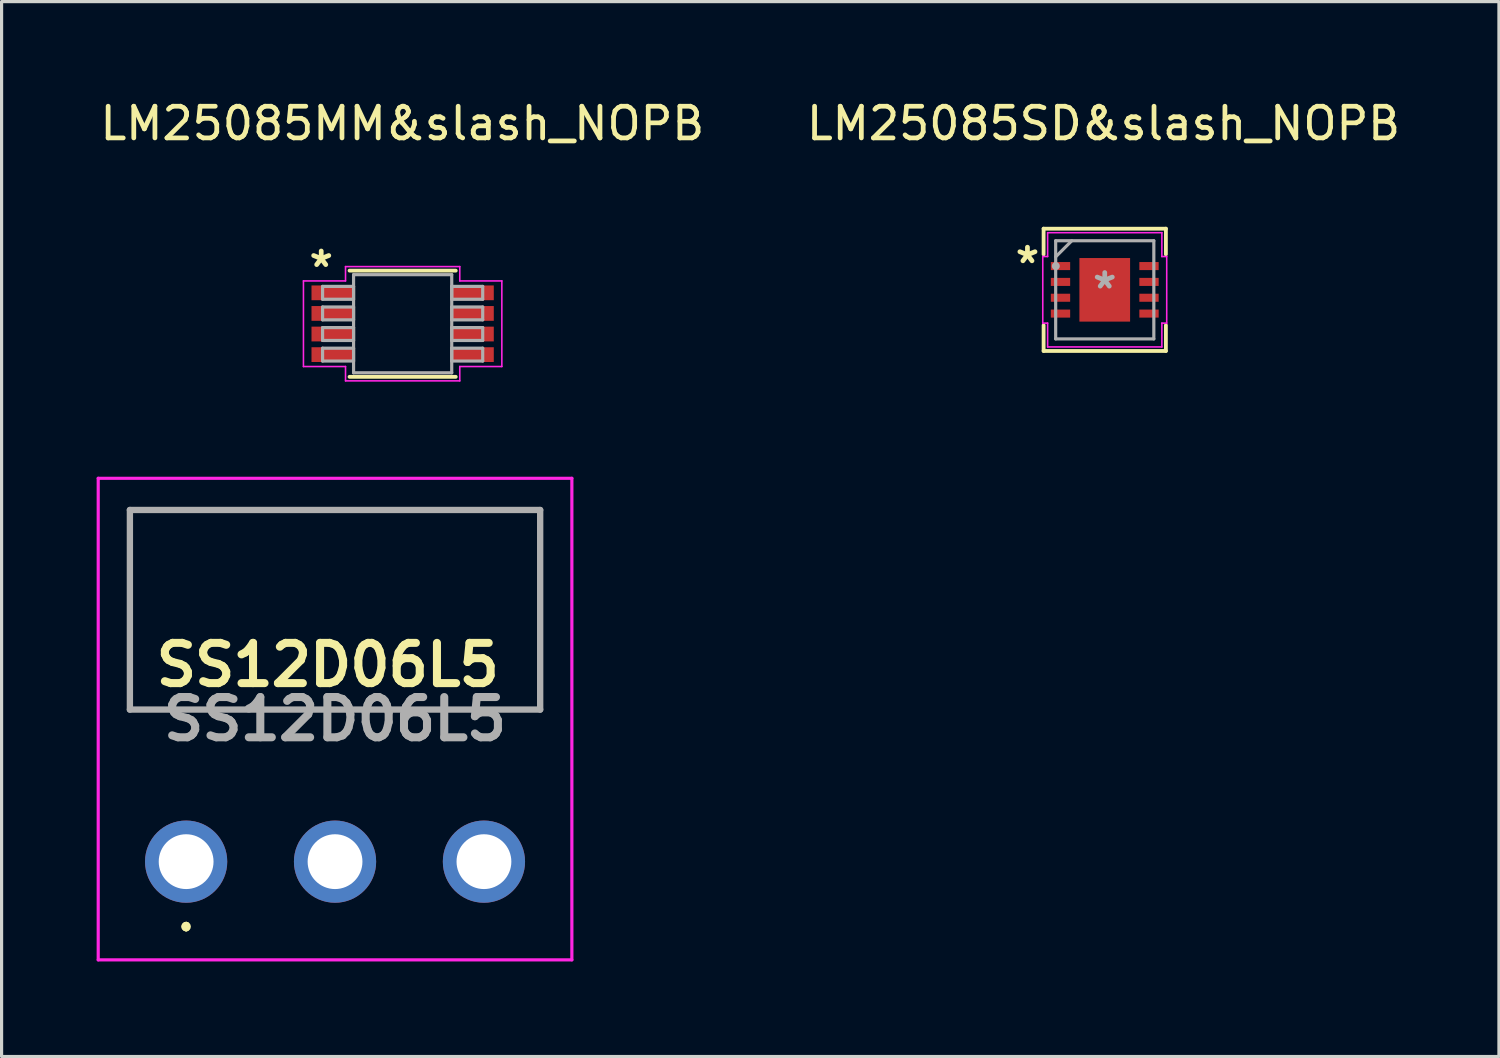
<source format=kicad_pcb>
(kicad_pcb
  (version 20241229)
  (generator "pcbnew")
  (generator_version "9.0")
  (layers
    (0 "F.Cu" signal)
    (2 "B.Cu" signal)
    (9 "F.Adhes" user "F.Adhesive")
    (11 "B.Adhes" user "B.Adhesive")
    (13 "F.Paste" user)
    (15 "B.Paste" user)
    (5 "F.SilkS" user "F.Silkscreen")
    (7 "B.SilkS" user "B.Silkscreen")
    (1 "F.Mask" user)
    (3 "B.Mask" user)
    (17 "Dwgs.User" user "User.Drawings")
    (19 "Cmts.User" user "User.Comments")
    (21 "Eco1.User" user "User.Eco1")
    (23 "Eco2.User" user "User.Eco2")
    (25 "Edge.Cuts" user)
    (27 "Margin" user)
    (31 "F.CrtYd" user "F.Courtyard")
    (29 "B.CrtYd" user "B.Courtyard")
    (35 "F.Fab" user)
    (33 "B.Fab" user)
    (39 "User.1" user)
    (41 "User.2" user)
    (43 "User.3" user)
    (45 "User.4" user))
  (footprint "LM25085MM&slash_NOPB"
    (layer "F.Cu")
    (at 9.659 7.168)
    (property "Reference" "LM25085MM&slash_NOPB" (at -0.01 -6.32 0) (layer "F.SilkS") (effects (font (size 1 1) (thickness 0.15))))
    (attr through_hole)
    (fp_line (start -1.676 1.676) (end 1.676 1.676) (stroke (width 0.12) (type solid)) (layer "F.SilkS"))
    (fp_line (start 1.676 -1.676) (end -1.676 -1.676) (stroke (width 0.12) (type solid)) (layer "F.SilkS"))
    (fp_line (start -3.131 -1.351) (end -1.803 -1.351) (stroke (width 0.05) (type solid)) (layer "F.CrtYd"))
    (fp_line (start -3.131 1.351) (end -3.131 -1.351) (stroke (width 0.05) (type solid)) (layer "F.CrtYd"))
    (fp_line (start -1.803 -1.803) (end 1.803 -1.803) (stroke (width 0.05) (type solid)) (layer "F.CrtYd"))
    (fp_line (start -1.803 -1.351) (end -1.803 -1.803) (stroke (width 0.05) (type solid)) (layer "F.CrtYd"))
    (fp_line (start -1.803 1.351) (end -3.131 1.351) (stroke (width 0.05) (type solid)) (layer "F.CrtYd"))
    (fp_line (start -1.803 1.803) (end -1.803 1.351) (stroke (width 0.05) (type solid)) (layer "F.CrtYd"))
    (fp_line (start 1.803 -1.803) (end 1.803 -1.351) (stroke (width 0.05) (type solid)) (layer "F.CrtYd"))
    (fp_line (start 1.803 -1.351) (end 3.131 -1.351) (stroke (width 0.05) (type solid)) (layer "F.CrtYd"))
    (fp_line (start 1.803 1.351) (end 1.803 1.803) (stroke (width 0.05) (type solid)) (layer "F.CrtYd"))
    (fp_line (start 1.803 1.803) (end -1.803 1.803) (stroke (width 0.05) (type solid)) (layer "F.CrtYd"))
    (fp_line (start 3.131 -1.351) (end 3.131 1.351) (stroke (width 0.05) (type solid)) (layer "F.CrtYd"))
    (fp_line (start 3.131 1.351) (end 1.803 1.351) (stroke (width 0.05) (type solid)) (layer "F.CrtYd"))
    (fp_line (start -2.527 -1.178) (end -2.527 -0.772) (stroke (width 0.1) (type solid)) (layer "F.Fab"))
    (fp_line (start -2.527 -0.772) (end -1.549 -0.772) (stroke (width 0.1) (type solid)) (layer "F.Fab"))
    (fp_line (start -2.527 -0.528) (end -2.527 -0.122) (stroke (width 0.1) (type solid)) (layer "F.Fab"))
    (fp_line (start -2.527 -0.122) (end -1.549 -0.122) (stroke (width 0.1) (type solid)) (layer "F.Fab"))
    (fp_line (start -2.527 0.122) (end -2.527 0.528) (stroke (width 0.1) (type solid)) (layer "F.Fab"))
    (fp_line (start -2.527 0.528) (end -1.549 0.528) (stroke (width 0.1) (type solid)) (layer "F.Fab"))
    (fp_line (start -2.527 0.772) (end -2.527 1.178) (stroke (width 0.1) (type solid)) (layer "F.Fab"))
    (fp_line (start -2.527 1.178) (end -1.549 1.178) (stroke (width 0.1) (type solid)) (layer "F.Fab"))
    (fp_line (start -1.549 -1.549) (end -1.549 1.549) (stroke (width 0.1) (type solid)) (layer "F.Fab"))
    (fp_line (start -1.549 -1.178) (end -2.527 -1.178) (stroke (width 0.1) (type solid)) (layer "F.Fab"))
    (fp_line (start -1.549 -0.772) (end -1.549 -1.178) (stroke (width 0.1) (type solid)) (layer "F.Fab"))
    (fp_line (start -1.549 -0.528) (end -2.527 -0.528) (stroke (width 0.1) (type solid)) (layer "F.Fab"))
    (fp_line (start -1.549 -0.122) (end -1.549 -0.528) (stroke (width 0.1) (type solid)) (layer "F.Fab"))
    (fp_line (start -1.549 0.122) (end -2.527 0.122) (stroke (width 0.1) (type solid)) (layer "F.Fab"))
    (fp_line (start -1.549 0.528) (end -1.549 0.122) (stroke (width 0.1) (type solid)) (layer "F.Fab"))
    (fp_line (start -1.549 0.772) (end -2.527 0.772) (stroke (width 0.1) (type solid)) (layer "F.Fab"))
    (fp_line (start -1.549 1.178) (end -1.549 0.772) (stroke (width 0.1) (type solid)) (layer "F.Fab"))
    (fp_line (start -1.549 1.549) (end 1.549 1.549) (stroke (width 0.1) (type solid)) (layer "F.Fab"))
    (fp_line (start 1.549 -1.549) (end -1.549 -1.549) (stroke (width 0.1) (type solid)) (layer "F.Fab"))
    (fp_line (start 1.549 -1.178) (end 1.549 -0.772) (stroke (width 0.1) (type solid)) (layer "F.Fab"))
    (fp_line (start 1.549 -0.772) (end 2.527 -0.772) (stroke (width 0.1) (type solid)) (layer "F.Fab"))
    (fp_line (start 1.549 -0.528) (end 1.549 -0.122) (stroke (width 0.1) (type solid)) (layer "F.Fab"))
    (fp_line (start 1.549 -0.122) (end 2.527 -0.122) (stroke (width 0.1) (type solid)) (layer "F.Fab"))
    (fp_line (start 1.549 0.122) (end 1.549 0.528) (stroke (width 0.1) (type solid)) (layer "F.Fab"))
    (fp_line (start 1.549 0.528) (end 2.527 0.528) (stroke (width 0.1) (type solid)) (layer "F.Fab"))
    (fp_line (start 1.549 0.772) (end 1.549 1.178) (stroke (width 0.1) (type solid)) (layer "F.Fab"))
    (fp_line (start 1.549 1.178) (end 2.527 1.178) (stroke (width 0.1) (type solid)) (layer "F.Fab"))
    (fp_line (start 1.549 1.549) (end 1.549 -1.549) (stroke (width 0.1) (type solid)) (layer "F.Fab"))
    (fp_line (start 2.527 -1.178) (end 1.549 -1.178) (stroke (width 0.1) (type solid)) (layer "F.Fab"))
    (fp_line (start 2.527 -0.772) (end 2.527 -1.178) (stroke (width 0.1) (type solid)) (layer "F.Fab"))
    (fp_line (start 2.527 -0.528) (end 1.549 -0.528) (stroke (width 0.1) (type solid)) (layer "F.Fab"))
    (fp_line (start 2.527 -0.122) (end 2.527 -0.528) (stroke (width 0.1) (type solid)) (layer "F.Fab"))
    (fp_line (start 2.527 0.122) (end 1.549 0.122) (stroke (width 0.1) (type solid)) (layer "F.Fab"))
    (fp_line (start 2.527 0.528) (end 2.527 0.122) (stroke (width 0.1) (type solid)) (layer "F.Fab"))
    (fp_line (start 2.527 0.772) (end 1.549 0.772) (stroke (width 0.1) (type solid)) (layer "F.Fab"))
    (fp_line (start 2.527 1.178) (end 2.527 0.772) (stroke (width 0.1) (type solid)) (layer "F.Fab"))
    (fp_text user "*" (at -2.57 -1.75 0) (layer "F.SilkS") (effects (font (size 1 1) (thickness 0.15))))
    (pad "1" smd rect (at -2.197 -0.975) (size 1.36 0.466) (layers "F.Cu" "F.Mask" "F.Paste"))
    (pad "2" smd rect (at -2.197 -0.325) (size 1.36 0.466) (layers "F.Cu" "F.Mask" "F.Paste"))
    (pad "3" smd rect (at -2.197 0.325) (size 1.36 0.466) (layers "F.Cu" "F.Mask" "F.Paste"))
    (pad "4" smd rect (at -2.197 0.975) (size 1.36 0.466) (layers "F.Cu" "F.Mask" "F.Paste"))
    (pad "5" smd rect (at 2.197 0.975) (size 1.36 0.466) (layers "F.Cu" "F.Mask" "F.Paste"))
    (pad "6" smd rect (at 2.197 0.325) (size 1.36 0.466) (layers "F.Cu" "F.Mask" "F.Paste"))
    (pad "7" smd rect (at 2.197 -0.325) (size 1.36 0.466) (layers "F.Cu" "F.Mask" "F.Paste"))
    (pad "8" smd rect (at 2.197 -0.975) (size 1.36 0.466) (layers "F.Cu" "F.Mask" "F.Paste")))
  (footprint "SS12D06L5"
    (layer "F.Cu")
    (at 2.825 24.147)
    (property "Reference" "SS12D06L5" (at 4.47 -6.21 0) (layer "F.SilkS") (effects (font (size 1.27 1.27) (thickness 0.254))))
    (attr through_hole)
    (fp_line (start -1.775 -11.1) (end 11.175 -11.1) (stroke (width 0.1) (type solid)) (layer "F.SilkS"))
    (fp_line (start -1.775 -4.8) (end -1.775 -11.1) (stroke (width 0.1) (type solid)) (layer "F.SilkS"))
    (fp_line (start 0 2) (end 0 2) (stroke (width 0.2) (type solid)) (layer "F.SilkS"))
    (fp_line (start 0 2) (end 0 2) (stroke (width 0.2) (type solid)) (layer "F.SilkS"))
    (fp_line (start 0 2.1) (end 0 2.1) (stroke (width 0.2) (type solid)) (layer "F.SilkS"))
    (fp_line (start 11.175 -11.1) (end 11.175 -4.8) (stroke (width 0.1) (type solid)) (layer "F.SilkS"))
    (fp_line (start 11.175 -4.8) (end -1.775 -4.8) (stroke (width 0.1) (type solid)) (layer "F.SilkS"))
    (fp_arc (start 0 2) (mid 0.05 2.05) (end 0 2.1) (stroke (width 0.2) (type solid)) (layer "F.SilkS"))
    (fp_arc (start 0 2.1) (mid -0.05 2.05) (end 0 2) (stroke (width 0.2) (type solid)) (layer "F.SilkS"))
    (fp_arc (start 0 2.1) (mid -0.05 2.05) (end 0 2) (stroke (width 0.2) (type solid)) (layer "F.SilkS"))
    (fp_line (start -2.775 -12.1) (end 12.175 -12.1) (stroke (width 0.1) (type solid)) (layer "F.CrtYd"))
    (fp_line (start -2.775 3.1) (end -2.775 -12.1) (stroke (width 0.1) (type solid)) (layer "F.CrtYd"))
    (fp_line (start 12.175 -12.1) (end 12.175 3.1) (stroke (width 0.1) (type solid)) (layer "F.CrtYd"))
    (fp_line (start 12.175 3.1) (end -2.775 3.1) (stroke (width 0.1) (type solid)) (layer "F.CrtYd"))
    (fp_line (start -1.775 -11.1) (end -1.775 -4.8) (stroke (width 0.2) (type solid)) (layer "F.Fab"))
    (fp_line (start -1.775 -4.8) (end 11.175 -4.8) (stroke (width 0.2) (type solid)) (layer "F.Fab"))
    (fp_line (start 11.175 -11.1) (end -1.775 -11.1) (stroke (width 0.2) (type solid)) (layer "F.Fab"))
    (fp_line (start 11.175 -4.8) (end 11.175 -11.1) (stroke (width 0.2) (type solid)) (layer "F.Fab"))
    (fp_text user "${REFERENCE}" (at 4.7 -4.5 0) (layer "F.Fab") (effects (font (size 1.27 1.27) (thickness 0.254))))
    (pad "1" thru_hole circle (at 0 0) (size 2.595 2.595) (drill 1.73) (layers "*.Cu" "*.Mask"))
    (pad "2" thru_hole circle (at 4.7 0) (size 2.595 2.595) (drill 1.73) (layers "*.Cu" "*.Mask"))
    (pad "3" thru_hole circle (at 9.4 0) (size 2.595 2.595) (drill 1.73) (layers "*.Cu" "*.Mask")))
  (footprint "LM25085SD&slash_NOPB"
    (layer "F.Cu")
    (at 31.82 6.098)
    (property "Reference" "LM25085SD&slash_NOPB" (at -0.04 -5.25 0) (layer "F.SilkS") (effects (font (size 1 1) (thickness 0.15))))
    (attr through_hole)
    (fp_line (start -1.93 -1.93) (end -1.93 -1.119) (stroke (width 0.12) (type solid)) (layer "F.SilkS"))
    (fp_line (start -1.93 1.119) (end -1.93 1.93) (stroke (width 0.12) (type solid)) (layer "F.SilkS"))
    (fp_line (start -1.93 1.93) (end 1.93 1.93) (stroke (width 0.12) (type solid)) (layer "F.SilkS"))
    (fp_line (start 1.93 -1.93) (end -1.93 -1.93) (stroke (width 0.12) (type solid)) (layer "F.SilkS"))
    (fp_line (start 1.93 -1.119) (end 1.93 -1.93) (stroke (width 0.12) (type solid)) (layer "F.SilkS"))
    (fp_line (start 1.93 1.93) (end 1.93 1.119) (stroke (width 0.12) (type solid)) (layer "F.SilkS"))
    (fp_poly (pts (xy -1.905 -0.877) (xy -1.905 -0.623) (xy -1.295 -0.623) (xy -1.295 -0.877)) (stroke (width 0.1) (type solid)) (fill yes) (layer "F.Paste"))
    (fp_poly (pts (xy -1.905 -0.377) (xy -1.905 -0.123) (xy -1.295 -0.123) (xy -1.295 -0.377)) (stroke (width 0.1) (type solid)) (fill yes) (layer "F.Paste"))
    (fp_poly (pts (xy -1.905 0.123) (xy -1.905 0.377) (xy -1.295 0.377) (xy -1.295 0.123)) (stroke (width 0.1) (type solid)) (fill yes) (layer "F.Paste"))
    (fp_poly (pts (xy -1.905 0.623) (xy -1.905 0.877) (xy -1.295 0.877) (xy -1.295 0.623)) (stroke (width 0.1) (type solid)) (fill yes) (layer "F.Paste"))
    (fp_poly (pts (xy -0.762 -0.953) (xy -0.762 0.953) (xy 0.762 0.953) (xy 0.762 -0.953)) (stroke (width 0.1) (type solid)) (fill yes) (layer "F.Paste"))
    (fp_poly (pts (xy 1.295 -0.877) (xy 1.295 -0.623) (xy 1.905 -0.623) (xy 1.905 -0.877)) (stroke (width 0.1) (type solid)) (fill yes) (layer "F.Paste"))
    (fp_poly (pts (xy 1.295 -0.377) (xy 1.295 -0.123) (xy 1.905 -0.123) (xy 1.905 -0.377)) (stroke (width 0.1) (type solid)) (fill yes) (layer "F.Paste"))
    (fp_poly (pts (xy 1.295 0.123) (xy 1.295 0.377) (xy 1.905 0.377) (xy 1.905 0.123)) (stroke (width 0.1) (type solid)) (fill yes) (layer "F.Paste"))
    (fp_poly (pts (xy 1.295 0.623) (xy 1.295 0.877) (xy 1.905 0.877) (xy 1.905 0.623)) (stroke (width 0.1) (type solid)) (fill yes) (layer "F.Paste"))
    (fp_line (start -1.956 -1.051) (end -1.803 -1.051) (stroke (width 0.05) (type solid)) (layer "F.CrtYd"))
    (fp_line (start -1.956 1.051) (end -1.956 -1.051) (stroke (width 0.05) (type solid)) (layer "F.CrtYd"))
    (fp_line (start -1.803 -1.803) (end 1.803 -1.803) (stroke (width 0.05) (type solid)) (layer "F.CrtYd"))
    (fp_line (start -1.803 -1.051) (end -1.803 -1.803) (stroke (width 0.05) (type solid)) (layer "F.CrtYd"))
    (fp_line (start -1.803 1.051) (end -1.956 1.051) (stroke (width 0.05) (type solid)) (layer "F.CrtYd"))
    (fp_line (start -1.803 1.803) (end -1.803 1.051) (stroke (width 0.05) (type solid)) (layer "F.CrtYd"))
    (fp_line (start 1.803 -1.803) (end 1.803 -1.051) (stroke (width 0.05) (type solid)) (layer "F.CrtYd"))
    (fp_line (start 1.803 -1.051) (end 1.956 -1.051) (stroke (width 0.05) (type solid)) (layer "F.CrtYd"))
    (fp_line (start 1.803 1.051) (end 1.803 1.803) (stroke (width 0.05) (type solid)) (layer "F.CrtYd"))
    (fp_line (start 1.803 1.803) (end -1.803 1.803) (stroke (width 0.05) (type solid)) (layer "F.CrtYd"))
    (fp_line (start 1.956 -1.051) (end 1.956 1.051) (stroke (width 0.05) (type solid)) (layer "F.CrtYd"))
    (fp_line (start 1.956 1.051) (end 1.803 1.051) (stroke (width 0.05) (type solid)) (layer "F.CrtYd"))
    (fp_line (start -1.549 -1.549) (end -1.549 1.549) (stroke (width 0.1) (type solid)) (layer "F.Fab"))
    (fp_line (start -1.549 1.549) (end 1.549 1.549) (stroke (width 0.1) (type solid)) (layer "F.Fab"))
    (fp_line (start -1.041 -1.549) (end -1.549 -1.041) (stroke (width 0.1) (type solid)) (layer "F.Fab"))
    (fp_line (start 1.549 -1.549) (end -1.549 -1.549) (stroke (width 0.1) (type solid)) (layer "F.Fab"))
    (fp_line (start 1.549 1.549) (end 1.549 -1.549) (stroke (width 0.1) (type solid)) (layer "F.Fab"))
    (fp_circle (center -1.545 -0.75) (end -1.469 -0.75) (stroke (width 0.1) (type solid)) (fill no) (layer "F.Fab"))
    (fp_text user "*" (at -2.44 -0.8 0) (layer "F.SilkS") (effects (font (size 1 1) (thickness 0.15))))
    (fp_text user "*" (at 0 0 0) (layer "F.Fab") (effects (font (size 1 1) (thickness 0.15))))
    (pad "1" smd rect (at -1.397 -0.75) (size 0.61 0.254) (layers "F.Cu" "F.Mask" "F.Paste"))
    (pad "2" smd rect (at -1.397 -0.25) (size 0.61 0.254) (layers "F.Cu" "F.Mask" "F.Paste"))
    (pad "3" smd rect (at -1.397 0.25) (size 0.61 0.254) (layers "F.Cu" "F.Mask" "F.Paste"))
    (pad "4" smd rect (at -1.397 0.75) (size 0.61 0.254) (layers "F.Cu" "F.Mask" "F.Paste"))
    (pad "5" smd rect (at 1.397 0.75) (size 0.61 0.254) (layers "F.Cu" "F.Mask" "F.Paste"))
    (pad "6" smd rect (at 1.397 0.25) (size 0.61 0.254) (layers "F.Cu" "F.Mask" "F.Paste"))
    (pad "7" smd rect (at 1.397 -0.25) (size 0.61 0.254) (layers "F.Cu" "F.Mask" "F.Paste"))
    (pad "8" smd rect (at 1.397 -0.75) (size 0.61 0.254) (layers "F.Cu" "F.Mask" "F.Paste"))
    (pad "9" smd rect (at 0 0) (size 1.6 2.007) (layers "F.Cu" "F.Mask" "F.Paste")))
  (gr_rect
    (start -3 -3)
    (end 44.262 30.297)
    (stroke (width 0.1) (type default))
    (fill no)
    (layer "Edge.Cuts")))
</source>
